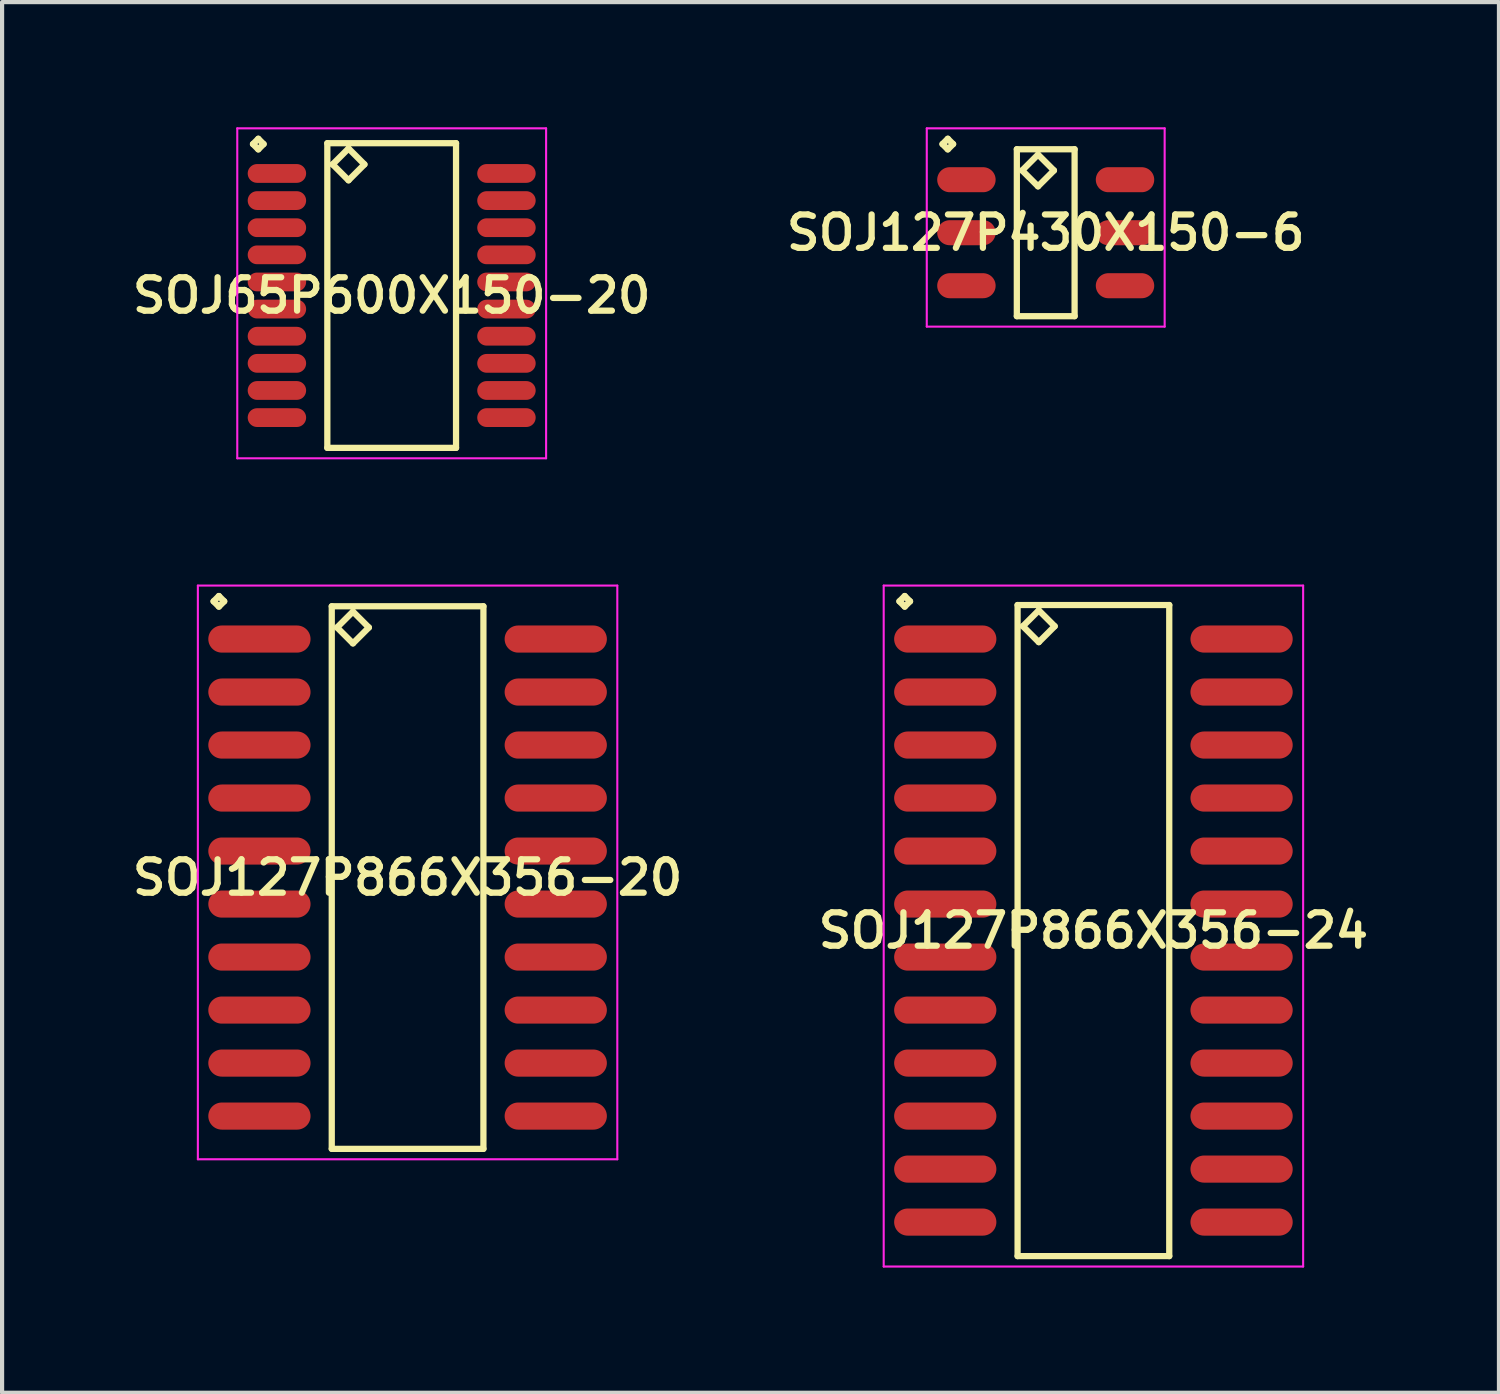
<source format=kicad_pcb>
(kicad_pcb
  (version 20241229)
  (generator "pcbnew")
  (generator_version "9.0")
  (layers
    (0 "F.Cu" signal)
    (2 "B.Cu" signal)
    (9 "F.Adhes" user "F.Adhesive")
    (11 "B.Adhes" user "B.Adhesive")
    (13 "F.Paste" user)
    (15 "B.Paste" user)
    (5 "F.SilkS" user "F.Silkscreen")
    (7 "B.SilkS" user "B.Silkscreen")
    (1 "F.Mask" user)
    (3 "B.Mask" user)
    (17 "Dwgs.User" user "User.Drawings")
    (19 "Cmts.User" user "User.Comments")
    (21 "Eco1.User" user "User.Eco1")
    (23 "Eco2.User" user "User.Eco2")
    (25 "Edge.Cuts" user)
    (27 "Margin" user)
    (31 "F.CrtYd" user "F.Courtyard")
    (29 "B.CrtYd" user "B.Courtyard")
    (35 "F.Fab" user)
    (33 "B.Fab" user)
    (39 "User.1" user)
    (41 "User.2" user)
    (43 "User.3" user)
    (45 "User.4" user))
  (footprint "SOJ127P866X356-24"
    (layer "F.Cu")
    (at 23.149 19.247)
    (property "Reference" "SOJ127P866X356-24" (at 0 0 0) (layer "F.SilkS") (effects (font (size 0.8 0.8) (thickness 0.15))))
    (attr smd)
    (fp_line (start -4.648 -7.889) (end -4.521 -8.016) (stroke (width 0.15) (type solid)) (layer "F.SilkS"))
    (fp_line (start -4.521 -8.016) (end -4.394 -7.889) (stroke (width 0.15) (type solid)) (layer "F.SilkS"))
    (fp_line (start -4.521 -7.762) (end -4.648 -7.889) (stroke (width 0.15) (type solid)) (layer "F.SilkS"))
    (fp_line (start -4.394 -7.889) (end -4.521 -7.762) (stroke (width 0.15) (type solid)) (layer "F.SilkS"))
    (fp_line (start -1.817 -7.8) (end -1.817 7.8) (stroke (width 0.15) (type solid)) (layer "F.SilkS"))
    (fp_line (start -1.817 7.8) (end 1.817 7.8) (stroke (width 0.15) (type solid)) (layer "F.SilkS"))
    (fp_line (start -1.69 -7.292) (end -1.309 -7.673) (stroke (width 0.15) (type solid)) (layer "F.SilkS"))
    (fp_line (start -1.309 -7.673) (end -0.928 -7.292) (stroke (width 0.15) (type solid)) (layer "F.SilkS"))
    (fp_line (start -1.309 -6.911) (end -1.69 -7.292) (stroke (width 0.15) (type solid)) (layer "F.SilkS"))
    (fp_line (start -0.928 -7.292) (end -1.309 -6.911) (stroke (width 0.15) (type solid)) (layer "F.SilkS"))
    (fp_line (start 1.817 -7.8) (end -1.817 -7.8) (stroke (width 0.15) (type solid)) (layer "F.SilkS"))
    (fp_line (start 1.817 7.8) (end 1.817 -7.8) (stroke (width 0.15) (type solid)) (layer "F.SilkS"))
    (fp_line (start -5.025 -8.266) (end 5.025 -8.266) (stroke (width 0.05) (type solid)) (layer "F.CrtYd"))
    (fp_line (start -5.025 8.05) (end -5.025 -8.266) (stroke (width 0.05) (type solid)) (layer "F.CrtYd"))
    (fp_line (start 5.025 -8.266) (end 5.025 8.05) (stroke (width 0.05) (type solid)) (layer "F.CrtYd"))
    (fp_line (start 5.025 8.05) (end -5.025 8.05) (stroke (width 0.05) (type solid)) (layer "F.CrtYd"))
    (pad "1" smd oval (at -3.55 -6.985) (size 2.45 0.65) (layers "F.Cu" "F.Mask" "F.Paste"))
    (pad "2" smd oval (at -3.55 -5.715) (size 2.45 0.65) (layers "F.Cu" "F.Mask" "F.Paste"))
    (pad "3" smd oval (at -3.55 -4.445) (size 2.45 0.65) (layers "F.Cu" "F.Mask" "F.Paste"))
    (pad "4" smd oval (at -3.55 -3.175) (size 2.45 0.65) (layers "F.Cu" "F.Mask" "F.Paste"))
    (pad "5" smd oval (at -3.55 -1.905) (size 2.45 0.65) (layers "F.Cu" "F.Mask" "F.Paste"))
    (pad "6" smd oval (at -3.55 -0.635) (size 2.45 0.65) (layers "F.Cu" "F.Mask" "F.Paste"))
    (pad "7" smd oval (at -3.55 0.635) (size 2.45 0.65) (layers "F.Cu" "F.Mask" "F.Paste"))
    (pad "8" smd oval (at -3.55 1.905) (size 2.45 0.65) (layers "F.Cu" "F.Mask" "F.Paste"))
    (pad "9" smd oval (at -3.55 3.175) (size 2.45 0.65) (layers "F.Cu" "F.Mask" "F.Paste"))
    (pad "10" smd oval (at -3.55 4.445) (size 2.45 0.65) (layers "F.Cu" "F.Mask" "F.Paste"))
    (pad "11" smd oval (at -3.55 5.715) (size 2.45 0.65) (layers "F.Cu" "F.Mask" "F.Paste"))
    (pad "12" smd oval (at -3.55 6.985) (size 2.45 0.65) (layers "F.Cu" "F.Mask" "F.Paste"))
    (pad "13" smd oval (at 3.55 6.985) (size 2.45 0.65) (layers "F.Cu" "F.Mask" "F.Paste"))
    (pad "14" smd oval (at 3.55 5.715) (size 2.45 0.65) (layers "F.Cu" "F.Mask" "F.Paste"))
    (pad "15" smd oval (at 3.55 4.445) (size 2.45 0.65) (layers "F.Cu" "F.Mask" "F.Paste"))
    (pad "16" smd oval (at 3.55 3.175) (size 2.45 0.65) (layers "F.Cu" "F.Mask" "F.Paste"))
    (pad "17" smd oval (at 3.55 1.905) (size 2.45 0.65) (layers "F.Cu" "F.Mask" "F.Paste"))
    (pad "18" smd oval (at 3.55 0.635) (size 2.45 0.65) (layers "F.Cu" "F.Mask" "F.Paste"))
    (pad "19" smd oval (at 3.55 -0.635) (size 2.45 0.65) (layers "F.Cu" "F.Mask" "F.Paste"))
    (pad "20" smd oval (at 3.55 -1.905) (size 2.45 0.65) (layers "F.Cu" "F.Mask" "F.Paste"))
    (pad "21" smd oval (at 3.55 -3.175) (size 2.45 0.65) (layers "F.Cu" "F.Mask" "F.Paste"))
    (pad "22" smd oval (at 3.55 -4.445) (size 2.45 0.65) (layers "F.Cu" "F.Mask" "F.Paste"))
    (pad "23" smd oval (at 3.55 -5.715) (size 2.45 0.65) (layers "F.Cu" "F.Mask" "F.Paste"))
    (pad "24" smd oval (at 3.55 -6.985) (size 2.45 0.65) (layers "F.Cu" "F.Mask" "F.Paste")))
  (footprint "SOJ127P866X356-20"
    (layer "F.Cu")
    (at 6.716 17.977)
    (property "Reference" "SOJ127P866X356-20" (at 0 0 0) (layer "F.SilkS") (effects (font (size 0.8 0.8) (thickness 0.15))))
    (attr smd)
    (fp_line (start -4.648 -6.619) (end -4.521 -6.746) (stroke (width 0.15) (type solid)) (layer "F.SilkS"))
    (fp_line (start -4.521 -6.746) (end -4.394 -6.619) (stroke (width 0.15) (type solid)) (layer "F.SilkS"))
    (fp_line (start -4.521 -6.492) (end -4.648 -6.619) (stroke (width 0.15) (type solid)) (layer "F.SilkS"))
    (fp_line (start -4.394 -6.619) (end -4.521 -6.492) (stroke (width 0.15) (type solid)) (layer "F.SilkS"))
    (fp_line (start -1.817 -6.5) (end -1.817 6.5) (stroke (width 0.15) (type solid)) (layer "F.SilkS"))
    (fp_line (start -1.817 6.5) (end 1.817 6.5) (stroke (width 0.15) (type solid)) (layer "F.SilkS"))
    (fp_line (start -1.69 -5.992) (end -1.309 -6.373) (stroke (width 0.15) (type solid)) (layer "F.SilkS"))
    (fp_line (start -1.309 -6.373) (end -0.928 -5.992) (stroke (width 0.15) (type solid)) (layer "F.SilkS"))
    (fp_line (start -1.309 -5.611) (end -1.69 -5.992) (stroke (width 0.15) (type solid)) (layer "F.SilkS"))
    (fp_line (start -0.928 -5.992) (end -1.309 -5.611) (stroke (width 0.15) (type solid)) (layer "F.SilkS"))
    (fp_line (start 1.817 -6.5) (end -1.817 -6.5) (stroke (width 0.15) (type solid)) (layer "F.SilkS"))
    (fp_line (start 1.817 6.5) (end 1.817 -6.5) (stroke (width 0.15) (type solid)) (layer "F.SilkS"))
    (fp_line (start -5.025 -6.996) (end 5.025 -6.996) (stroke (width 0.05) (type solid)) (layer "F.CrtYd"))
    (fp_line (start -5.025 6.75) (end -5.025 -6.996) (stroke (width 0.05) (type solid)) (layer "F.CrtYd"))
    (fp_line (start 5.025 -6.996) (end 5.025 6.75) (stroke (width 0.05) (type solid)) (layer "F.CrtYd"))
    (fp_line (start 5.025 6.75) (end -5.025 6.75) (stroke (width 0.05) (type solid)) (layer "F.CrtYd"))
    (pad "1" smd oval (at -3.55 -5.715) (size 2.45 0.65) (layers "F.Cu" "F.Mask" "F.Paste"))
    (pad "2" smd oval (at -3.55 -4.445) (size 2.45 0.65) (layers "F.Cu" "F.Mask" "F.Paste"))
    (pad "3" smd oval (at -3.55 -3.175) (size 2.45 0.65) (layers "F.Cu" "F.Mask" "F.Paste"))
    (pad "4" smd oval (at -3.55 -1.905) (size 2.45 0.65) (layers "F.Cu" "F.Mask" "F.Paste"))
    (pad "5" smd oval (at -3.55 -0.635) (size 2.45 0.65) (layers "F.Cu" "F.Mask" "F.Paste"))
    (pad "6" smd oval (at -3.55 0.635) (size 2.45 0.65) (layers "F.Cu" "F.Mask" "F.Paste"))
    (pad "7" smd oval (at -3.55 1.905) (size 2.45 0.65) (layers "F.Cu" "F.Mask" "F.Paste"))
    (pad "8" smd oval (at -3.55 3.175) (size 2.45 0.65) (layers "F.Cu" "F.Mask" "F.Paste"))
    (pad "9" smd oval (at -3.55 4.445) (size 2.45 0.65) (layers "F.Cu" "F.Mask" "F.Paste"))
    (pad "10" smd oval (at -3.55 5.715) (size 2.45 0.65) (layers "F.Cu" "F.Mask" "F.Paste"))
    (pad "11" smd oval (at 3.55 5.715) (size 2.45 0.65) (layers "F.Cu" "F.Mask" "F.Paste"))
    (pad "12" smd oval (at 3.55 4.445) (size 2.45 0.65) (layers "F.Cu" "F.Mask" "F.Paste"))
    (pad "13" smd oval (at 3.55 3.175) (size 2.45 0.65) (layers "F.Cu" "F.Mask" "F.Paste"))
    (pad "14" smd oval (at 3.55 1.905) (size 2.45 0.65) (layers "F.Cu" "F.Mask" "F.Paste"))
    (pad "15" smd oval (at 3.55 0.635) (size 2.45 0.65) (layers "F.Cu" "F.Mask" "F.Paste"))
    (pad "16" smd oval (at 3.55 -0.635) (size 2.45 0.65) (layers "F.Cu" "F.Mask" "F.Paste"))
    (pad "17" smd oval (at 3.55 -1.905) (size 2.45 0.65) (layers "F.Cu" "F.Mask" "F.Paste"))
    (pad "18" smd oval (at 3.55 -3.175) (size 2.45 0.65) (layers "F.Cu" "F.Mask" "F.Paste"))
    (pad "19" smd oval (at 3.55 -4.445) (size 2.45 0.65) (layers "F.Cu" "F.Mask" "F.Paste"))
    (pad "20" smd oval (at 3.55 -5.715) (size 2.45 0.65) (layers "F.Cu" "F.Mask" "F.Paste")))
  (footprint "SOJ65P600X150-20"
    (layer "F.Cu")
    (at 6.335 4.031)
    (property "Reference" "SOJ65P600X150-20" (at 0 0 0) (layer "F.SilkS") (effects (font (size 0.8 0.8) (thickness 0.15))))
    (attr smd)
    (fp_line (start -3.323 -3.629) (end -3.196 -3.756) (stroke (width 0.15) (type solid)) (layer "F.SilkS"))
    (fp_line (start -3.196 -3.756) (end -3.069 -3.629) (stroke (width 0.15) (type solid)) (layer "F.SilkS"))
    (fp_line (start -3.196 -3.502) (end -3.323 -3.629) (stroke (width 0.15) (type solid)) (layer "F.SilkS"))
    (fp_line (start -3.069 -3.629) (end -3.196 -3.502) (stroke (width 0.15) (type solid)) (layer "F.SilkS"))
    (fp_line (start -1.542 -3.65) (end -1.542 3.65) (stroke (width 0.15) (type solid)) (layer "F.SilkS"))
    (fp_line (start -1.542 3.65) (end 1.542 3.65) (stroke (width 0.15) (type solid)) (layer "F.SilkS"))
    (fp_line (start -1.415 -3.142) (end -1.034 -3.523) (stroke (width 0.15) (type solid)) (layer "F.SilkS"))
    (fp_line (start -1.034 -3.523) (end -0.653 -3.142) (stroke (width 0.15) (type solid)) (layer "F.SilkS"))
    (fp_line (start -1.034 -2.761) (end -1.415 -3.142) (stroke (width 0.15) (type solid)) (layer "F.SilkS"))
    (fp_line (start -0.653 -3.142) (end -1.034 -2.761) (stroke (width 0.15) (type solid)) (layer "F.SilkS"))
    (fp_line (start 1.542 -3.65) (end -1.542 -3.65) (stroke (width 0.15) (type solid)) (layer "F.SilkS"))
    (fp_line (start 1.542 3.65) (end 1.542 -3.65) (stroke (width 0.15) (type solid)) (layer "F.SilkS"))
    (fp_line (start -3.7 -4.006) (end 3.7 -4.006) (stroke (width 0.05) (type solid)) (layer "F.CrtYd"))
    (fp_line (start -3.7 3.9) (end -3.7 -4.006) (stroke (width 0.05) (type solid)) (layer "F.CrtYd"))
    (fp_line (start 3.7 -4.006) (end 3.7 3.9) (stroke (width 0.05) (type solid)) (layer "F.CrtYd"))
    (fp_line (start 3.7 3.9) (end -3.7 3.9) (stroke (width 0.05) (type solid)) (layer "F.CrtYd"))
    (pad "1" smd oval (at -2.75 -2.925) (size 1.4 0.45) (layers "F.Cu" "F.Mask" "F.Paste"))
    (pad "2" smd oval (at -2.75 -2.275) (size 1.4 0.45) (layers "F.Cu" "F.Mask" "F.Paste"))
    (pad "3" smd oval (at -2.75 -1.625) (size 1.4 0.45) (layers "F.Cu" "F.Mask" "F.Paste"))
    (pad "4" smd oval (at -2.75 -0.975) (size 1.4 0.45) (layers "F.Cu" "F.Mask" "F.Paste"))
    (pad "5" smd oval (at -2.75 -0.325) (size 1.4 0.45) (layers "F.Cu" "F.Mask" "F.Paste"))
    (pad "6" smd oval (at -2.75 0.325) (size 1.4 0.45) (layers "F.Cu" "F.Mask" "F.Paste"))
    (pad "7" smd oval (at -2.75 0.975) (size 1.4 0.45) (layers "F.Cu" "F.Mask" "F.Paste"))
    (pad "8" smd oval (at -2.75 1.625) (size 1.4 0.45) (layers "F.Cu" "F.Mask" "F.Paste"))
    (pad "9" smd oval (at -2.75 2.275) (size 1.4 0.45) (layers "F.Cu" "F.Mask" "F.Paste"))
    (pad "10" smd oval (at -2.75 2.925) (size 1.4 0.45) (layers "F.Cu" "F.Mask" "F.Paste"))
    (pad "11" smd oval (at 2.75 2.925) (size 1.4 0.45) (layers "F.Cu" "F.Mask" "F.Paste"))
    (pad "12" smd oval (at 2.75 2.275) (size 1.4 0.45) (layers "F.Cu" "F.Mask" "F.Paste"))
    (pad "13" smd oval (at 2.75 1.625) (size 1.4 0.45) (layers "F.Cu" "F.Mask" "F.Paste"))
    (pad "14" smd oval (at 2.75 0.975) (size 1.4 0.45) (layers "F.Cu" "F.Mask" "F.Paste"))
    (pad "15" smd oval (at 2.75 0.325) (size 1.4 0.45) (layers "F.Cu" "F.Mask" "F.Paste"))
    (pad "16" smd oval (at 2.75 -0.325) (size 1.4 0.45) (layers "F.Cu" "F.Mask" "F.Paste"))
    (pad "17" smd oval (at 2.75 -0.975) (size 1.4 0.45) (layers "F.Cu" "F.Mask" "F.Paste"))
    (pad "18" smd oval (at 2.75 -1.625) (size 1.4 0.45) (layers "F.Cu" "F.Mask" "F.Paste"))
    (pad "19" smd oval (at 2.75 -2.275) (size 1.4 0.45) (layers "F.Cu" "F.Mask" "F.Paste"))
    (pad "20" smd oval (at 2.75 -2.925) (size 1.4 0.45) (layers "F.Cu" "F.Mask" "F.Paste")))
  (footprint "SOJ127P430X150-6"
    (layer "F.Cu")
    (at 22.006 2.526)
    (property "Reference" "SOJ127P430X150-6" (at 0 0 0) (layer "F.SilkS") (effects (font (size 0.8 0.8) (thickness 0.15))))
    (attr smd)
    (fp_line (start -2.473 -2.124) (end -2.346 -2.251) (stroke (width 0.15) (type solid)) (layer "F.SilkS"))
    (fp_line (start -2.346 -2.251) (end -2.219 -2.124) (stroke (width 0.15) (type solid)) (layer "F.SilkS"))
    (fp_line (start -2.346 -1.997) (end -2.473 -2.124) (stroke (width 0.15) (type solid)) (layer "F.SilkS"))
    (fp_line (start -2.219 -2.124) (end -2.346 -1.997) (stroke (width 0.15) (type solid)) (layer "F.SilkS"))
    (fp_line (start -0.692 -2) (end -0.692 2) (stroke (width 0.15) (type solid)) (layer "F.SilkS"))
    (fp_line (start -0.692 2) (end 0.692 2) (stroke (width 0.15) (type solid)) (layer "F.SilkS"))
    (fp_line (start -0.565 -1.492) (end -0.184 -1.873) (stroke (width 0.15) (type solid)) (layer "F.SilkS"))
    (fp_line (start -0.184 -1.873) (end 0.197 -1.492) (stroke (width 0.15) (type solid)) (layer "F.SilkS"))
    (fp_line (start -0.184 -1.111) (end -0.565 -1.492) (stroke (width 0.15) (type solid)) (layer "F.SilkS"))
    (fp_line (start 0.197 -1.492) (end -0.184 -1.111) (stroke (width 0.15) (type solid)) (layer "F.SilkS"))
    (fp_line (start 0.692 -2) (end -0.692 -2) (stroke (width 0.15) (type solid)) (layer "F.SilkS"))
    (fp_line (start 0.692 2) (end 0.692 -2) (stroke (width 0.15) (type solid)) (layer "F.SilkS"))
    (fp_line (start -2.85 -2.501) (end 2.85 -2.501) (stroke (width 0.05) (type solid)) (layer "F.CrtYd"))
    (fp_line (start -2.85 2.25) (end -2.85 -2.501) (stroke (width 0.05) (type solid)) (layer "F.CrtYd"))
    (fp_line (start 2.85 -2.501) (end 2.85 2.25) (stroke (width 0.05) (type solid)) (layer "F.CrtYd"))
    (fp_line (start 2.85 2.25) (end -2.85 2.25) (stroke (width 0.05) (type solid)) (layer "F.CrtYd"))
    (pad "1" smd oval (at -1.9 -1.27) (size 1.4 0.6) (layers "F.Cu" "F.Mask" "F.Paste"))
    (pad "2" smd oval (at -1.9 0) (size 1.4 0.6) (layers "F.Cu" "F.Mask" "F.Paste"))
    (pad "3" smd oval (at -1.9 1.27) (size 1.4 0.6) (layers "F.Cu" "F.Mask" "F.Paste"))
    (pad "4" smd oval (at 1.9 1.27) (size 1.4 0.6) (layers "F.Cu" "F.Mask" "F.Paste"))
    (pad "5" smd oval (at 1.9 0) (size 1.4 0.6) (layers "F.Cu" "F.Mask" "F.Paste"))
    (pad "6" smd oval (at 1.9 -1.27) (size 1.4 0.6) (layers "F.Cu" "F.Mask" "F.Paste")))
  (gr_rect
    (start -3 -3)
    (end 32.866 30.322)
    (stroke (width 0.1) (type default))
    (fill no)
    (layer "Edge.Cuts")))
</source>
